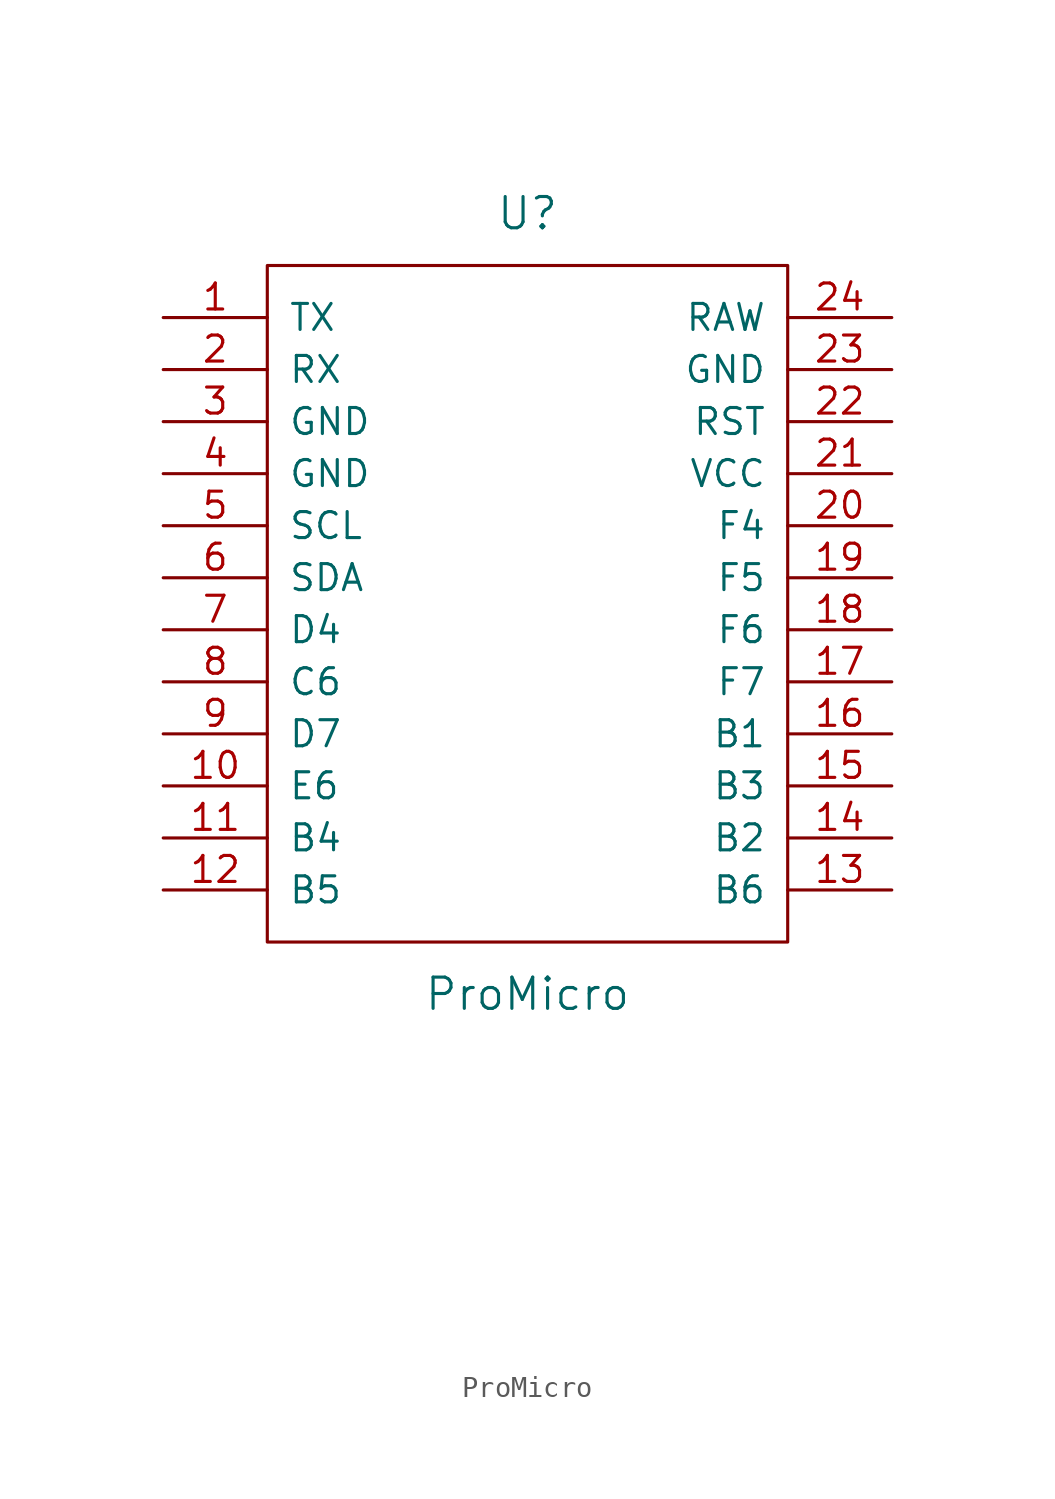
<source format=kicad_sym>
(kicad_symbol_lib
  (version 20210619)
  (generator kicad_symbol_editor)
  (symbol "ProMicro"
    (pin_names
      (offset 1.016))
    (property "Reference" "U"
      (at 0 24.13 0)
      (effects (font (size 1.524 1.524))))
    (property "Value" "ProMicro"
      (at 0 -13.97 0)
      (effects (font (size 1.524 1.524))))
    (property "Footprint" ""
      (at 2.54 -26.67 0)
      (effects (font (size 1.524 1.524))))
    (property "Datasheet" ""
      (at 2.54 -26.67 0)
      (effects (font (size 1.524 1.524))))
    (symbol "ProMicro_0_1"
      (rectangle (start -12.7 21.59) (end 12.7 -11.43) (stroke (width 0)) (fill (type none))))
    (symbol "ProMicro_1_1"
      (pin bidirectional line (at -17.78 19.05 0) (length 5.08) (name "TX" (effects (font (size 1.27 1.27)))) (number "1" (effects (font (size 1.27 1.27)))))
      (pin bidirectional line (at -17.78 -3.81 0) (length 5.08) (name "E6" (effects (font (size 1.27 1.27)))) (number "10" (effects (font (size 1.27 1.27)))))
      (pin bidirectional line (at -17.78 -6.35 0) (length 5.08) (name "B4" (effects (font (size 1.27 1.27)))) (number "11" (effects (font (size 1.27 1.27)))))
      (pin bidirectional line (at -17.78 -8.89 0) (length 5.08) (name "B5" (effects (font (size 1.27 1.27)))) (number "12" (effects (font (size 1.27 1.27)))))
      (pin bidirectional line (at 17.78 -8.89 180) (length 5.08) (name "B6" (effects (font (size 1.27 1.27)))) (number "13" (effects (font (size 1.27 1.27)))))
      (pin bidirectional line (at 17.78 -6.35 180) (length 5.08) (name "B2" (effects (font (size 1.27 1.27)))) (number "14" (effects (font (size 1.27 1.27)))))
      (pin bidirectional line (at 17.78 -3.81 180) (length 5.08) (name "B3" (effects (font (size 1.27 1.27)))) (number "15" (effects (font (size 1.27 1.27)))))
      (pin bidirectional line (at 17.78 -1.27 180) (length 5.08) (name "B1" (effects (font (size 1.27 1.27)))) (number "16" (effects (font (size 1.27 1.27)))))
      (pin bidirectional line (at 17.78 1.27 180) (length 5.08) (name "F7" (effects (font (size 1.27 1.27)))) (number "17" (effects (font (size 1.27 1.27)))))
      (pin bidirectional line (at 17.78 3.81 180) (length 5.08) (name "F6" (effects (font (size 1.27 1.27)))) (number "18" (effects (font (size 1.27 1.27)))))
      (pin bidirectional line (at 17.78 6.35 180) (length 5.08) (name "F5" (effects (font (size 1.27 1.27)))) (number "19" (effects (font (size 1.27 1.27)))))
      (pin bidirectional line (at -17.78 16.51 0) (length 5.08) (name "RX" (effects (font (size 1.27 1.27)))) (number "2" (effects (font (size 1.27 1.27)))))
      (pin bidirectional line (at 17.78 8.89 180) (length 5.08) (name "F4" (effects (font (size 1.27 1.27)))) (number "20" (effects (font (size 1.27 1.27)))))
      (pin power_in line (at 17.78 11.43 180) (length 5.08) (name "VCC" (effects (font (size 1.27 1.27)))) (number "21" (effects (font (size 1.27 1.27)))))
      (pin input line (at 17.78 13.97 180) (length 5.08) (name "RST" (effects (font (size 1.27 1.27)))) (number "22" (effects (font (size 1.27 1.27)))))
      (pin power_in line (at 17.78 16.51 180) (length 5.08) (name "GND" (effects (font (size 1.27 1.27)))) (number "23" (effects (font (size 1.27 1.27)))))
      (pin power_out line (at 17.78 19.05 180) (length 5.08) (name "RAW" (effects (font (size 1.27 1.27)))) (number "24" (effects (font (size 1.27 1.27)))))
      (pin power_in line (at -17.78 13.97 0) (length 5.08) (name "GND" (effects (font (size 1.27 1.27)))) (number "3" (effects (font (size 1.27 1.27)))))
      (pin power_in line (at -17.78 11.43 0) (length 5.08) (name "GND" (effects (font (size 1.27 1.27)))) (number "4" (effects (font (size 1.27 1.27)))))
      (pin bidirectional line (at -17.78 8.89 0) (length 5.08) (name "SCL" (effects (font (size 1.27 1.27)))) (number "5" (effects (font (size 1.27 1.27)))))
      (pin bidirectional line (at -17.78 6.35 0) (length 5.08) (name "SDA" (effects (font (size 1.27 1.27)))) (number "6" (effects (font (size 1.27 1.27)))))
      (pin bidirectional line (at -17.78 3.81 0) (length 5.08) (name "D4" (effects (font (size 1.27 1.27)))) (number "7" (effects (font (size 1.27 1.27)))))
      (pin bidirectional line (at -17.78 1.27 0) (length 5.08) (name "C6" (effects (font (size 1.27 1.27)))) (number "8" (effects (font (size 1.27 1.27)))))
      (pin bidirectional line (at -17.78 -1.27 0) (length 5.08) (name "D7" (effects (font (size 1.27 1.27)))) (number "9" (effects (font (size 1.27 1.27))))))))
</source>
